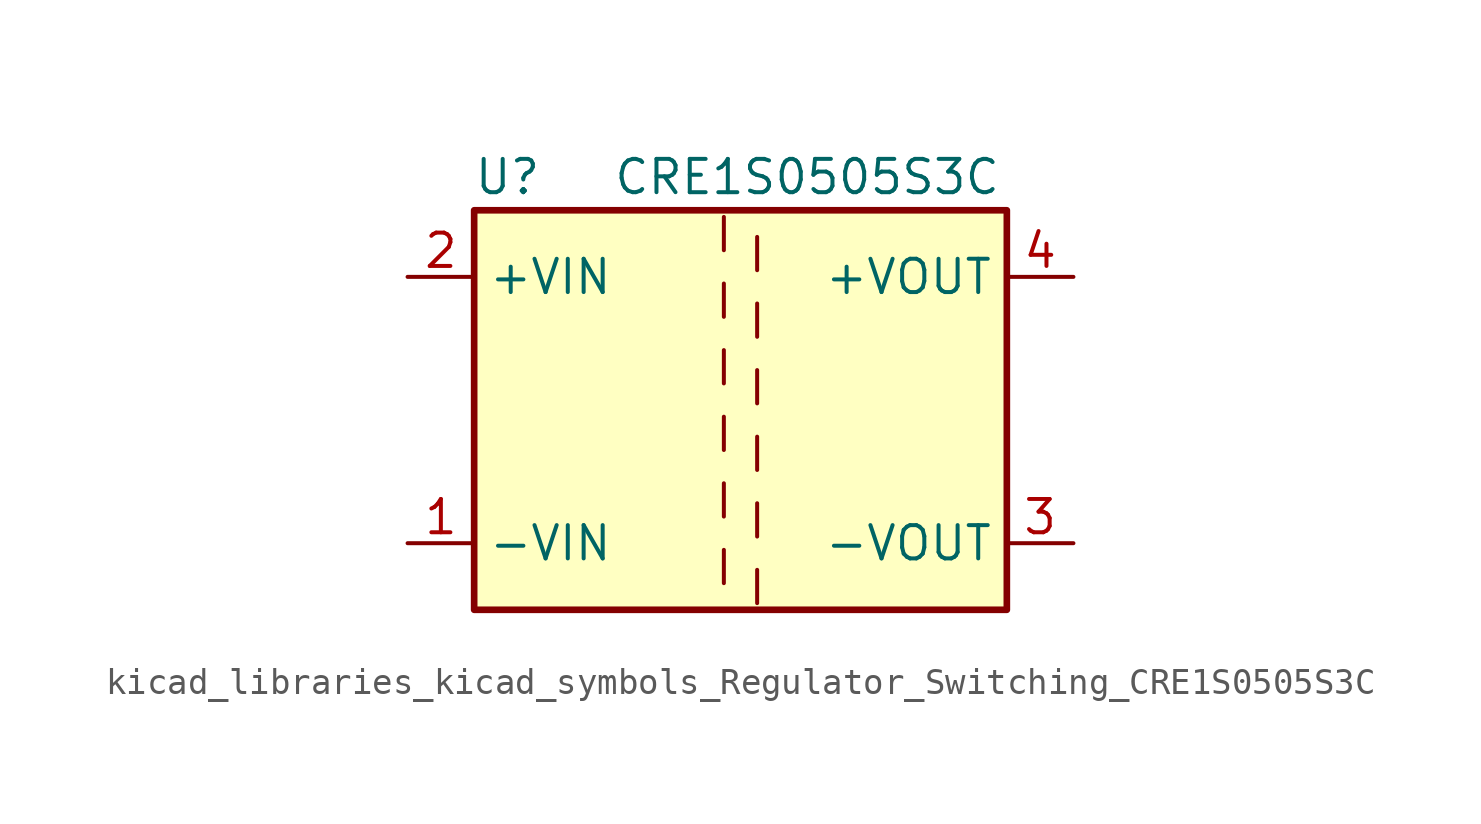
<source format=kicad_sym>
(kicad_symbol_lib
  (version 20220914)
  (generator kicad_symbol_editor)
  (symbol "kicad_libraries_kicad_symbols_Regulator_Switching_CRE1S0505S3C"
    (property "Reference" "U"
      (at -8.89 8.89 0)
      (effects (font (size 1.27 1.27))))
    (property "Value" "CRE1S0505S3C"
      (at 2.54 8.89 0)
      (effects (font (size 1.27 1.27))))
    (symbol "kicad_libraries_kicad_symbols_Regulator_Switching_CRE1S0505S3C_0_1"
      (rectangle (start -10.16 7.62) (end 10.16 -7.62) (stroke (width 0.254) (type default)) (fill (type background)))
      (polyline (pts (xy -0.635 -5.334) (xy -0.635 -6.604)) (stroke (width 0) (type default)) (fill (type none)))
      (polyline (pts (xy -0.635 -2.794) (xy -0.635 -4.064)) (stroke (width 0) (type default)) (fill (type none)))
      (polyline (pts (xy -0.635 -0.254) (xy -0.635 -1.524)) (stroke (width 0) (type default)) (fill (type none)))
      (polyline (pts (xy -0.635 2.286) (xy -0.635 1.016)) (stroke (width 0) (type default)) (fill (type none)))
      (polyline (pts (xy -0.635 4.826) (xy -0.635 3.556)) (stroke (width 0) (type default)) (fill (type none)))
      (polyline (pts (xy -0.635 7.366) (xy -0.635 6.096)) (stroke (width 0) (type default)) (fill (type none)))
      (polyline (pts (xy 0.635 -7.366) (xy 0.635 -6.096)) (stroke (width 0) (type default)) (fill (type none)))
      (polyline (pts (xy 0.635 -4.826) (xy 0.635 -3.556)) (stroke (width 0) (type default)) (fill (type none)))
      (polyline (pts (xy 0.635 -2.286) (xy 0.635 -1.016)) (stroke (width 0) (type default)) (fill (type none)))
      (polyline (pts (xy 0.635 0.254) (xy 0.635 1.524)) (stroke (width 0) (type default)) (fill (type none)))
      (polyline (pts (xy 0.635 2.794) (xy 0.635 4.064)) (stroke (width 0) (type default)) (fill (type none)))
      (polyline (pts (xy 0.635 5.334) (xy 0.635 6.604)) (stroke (width 0) (type default)) (fill (type none))))
    (symbol "kicad_libraries_kicad_symbols_Regulator_Switching_CRE1S0505S3C_1_1"
      (pin power_in line (at -12.7 -5.08 0) (length 2.54) (name "-VIN" (effects (font (size 1.27 1.27)))) (number "1" (effects (font (size 1.27 1.27)))))
      (pin power_in line (at -12.7 5.08 0) (length 2.54) (name "+VIN" (effects (font (size 1.27 1.27)))) (number "2" (effects (font (size 1.27 1.27)))))
      (pin power_out line (at 12.7 -5.08 180) (length 2.54) (name "-VOUT" (effects (font (size 1.27 1.27)))) (number "3" (effects (font (size 1.27 1.27)))))
      (pin power_out line (at 12.7 5.08 180) (length 2.54) (name "+VOUT" (effects (font (size 1.27 1.27)))) (number "4" (effects (font (size 1.27 1.27))))))))
</source>
